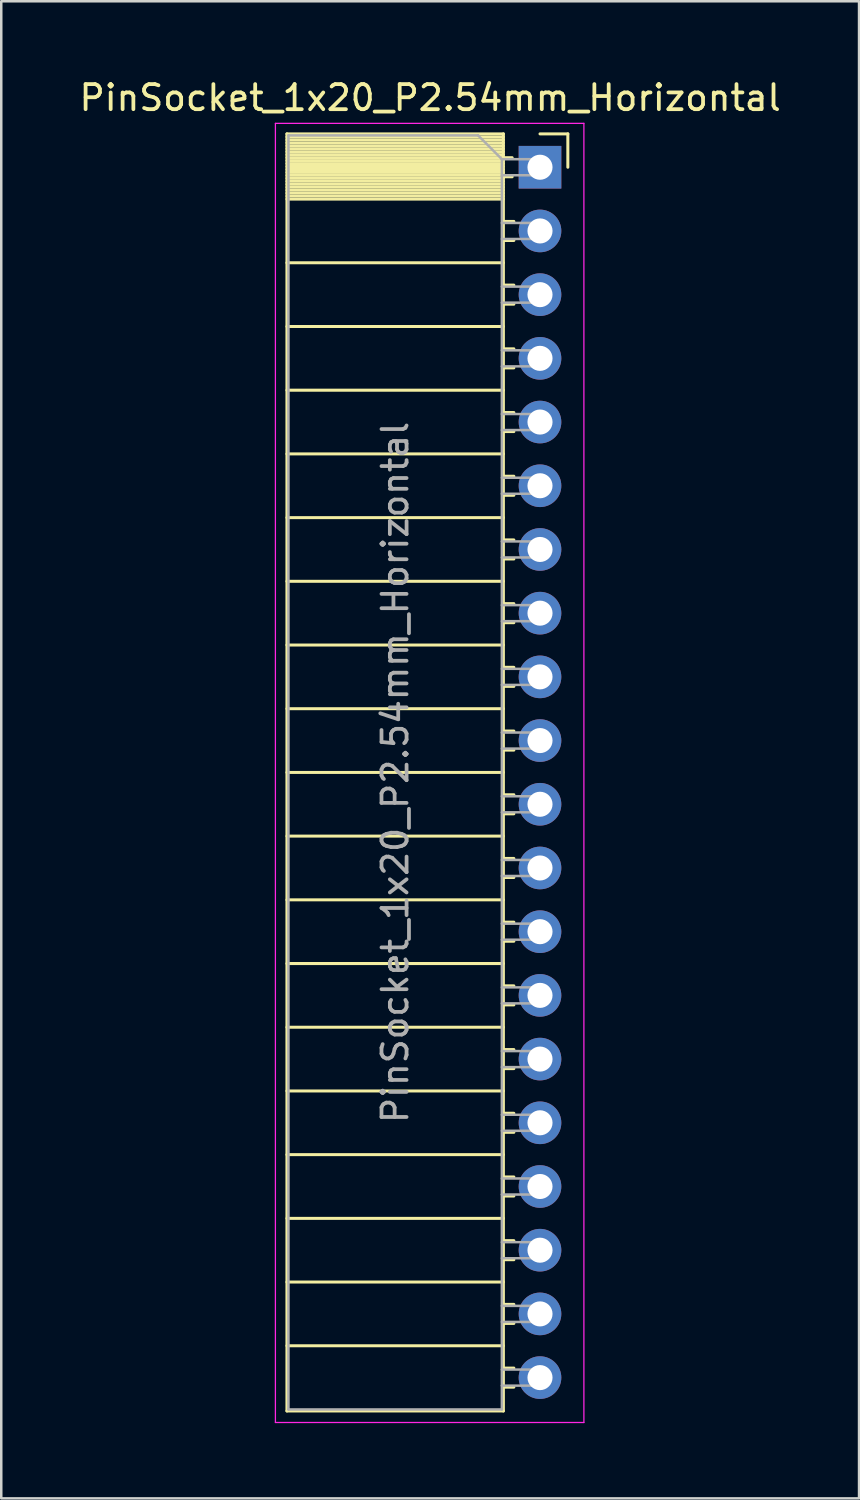
<source format=kicad_pcb>
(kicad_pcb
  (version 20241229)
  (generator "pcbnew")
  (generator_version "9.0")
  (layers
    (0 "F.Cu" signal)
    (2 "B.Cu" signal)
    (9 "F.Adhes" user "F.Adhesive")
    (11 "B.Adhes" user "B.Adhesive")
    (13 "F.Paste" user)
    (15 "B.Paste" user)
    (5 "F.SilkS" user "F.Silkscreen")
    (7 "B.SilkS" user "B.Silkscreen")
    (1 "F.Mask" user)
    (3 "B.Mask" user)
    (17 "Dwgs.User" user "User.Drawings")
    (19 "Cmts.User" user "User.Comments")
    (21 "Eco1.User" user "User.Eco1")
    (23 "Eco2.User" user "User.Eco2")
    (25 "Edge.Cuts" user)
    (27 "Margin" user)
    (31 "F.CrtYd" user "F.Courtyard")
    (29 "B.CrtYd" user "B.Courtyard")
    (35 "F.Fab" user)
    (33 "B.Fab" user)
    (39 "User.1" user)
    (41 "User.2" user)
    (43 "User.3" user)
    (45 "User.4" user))
  (footprint "PinSocket_1x20_P2.54mm_Horizontal"
    (layer "F.Cu")
    (at 18.481 3.618)
    (property "Reference" "PinSocket_1x20_P2.54mm_Horizontal" (at -4.38 -2.77 0) (layer "F.SilkS") (effects (font (size 1 1) (thickness 0.15))))
    (attr through_hole)
    (fp_line (start -10.09 -1.33) (end -10.09 49.59) (stroke (width 0.12) (type solid)) (layer "F.SilkS"))
    (fp_line (start -10.09 -1.33) (end -1.46 -1.33) (stroke (width 0.12) (type solid)) (layer "F.SilkS"))
    (fp_line (start -10.09 -1.21) (end -1.46 -1.21) (stroke (width 0.12) (type solid)) (layer "F.SilkS"))
    (fp_line (start -10.09 -1.092) (end -1.46 -1.092) (stroke (width 0.12) (type solid)) (layer "F.SilkS"))
    (fp_line (start -10.09 -0.974) (end -1.46 -0.974) (stroke (width 0.12) (type solid)) (layer "F.SilkS"))
    (fp_line (start -10.09 -0.856) (end -1.46 -0.856) (stroke (width 0.12) (type solid)) (layer "F.SilkS"))
    (fp_line (start -10.09 -0.738) (end -1.46 -0.738) (stroke (width 0.12) (type solid)) (layer "F.SilkS"))
    (fp_line (start -10.09 -0.62) (end -1.46 -0.62) (stroke (width 0.12) (type solid)) (layer "F.SilkS"))
    (fp_line (start -10.09 -0.501) (end -1.46 -0.501) (stroke (width 0.12) (type solid)) (layer "F.SilkS"))
    (fp_line (start -10.09 -0.383) (end -1.46 -0.383) (stroke (width 0.12) (type solid)) (layer "F.SilkS"))
    (fp_line (start -10.09 -0.265) (end -1.46 -0.265) (stroke (width 0.12) (type solid)) (layer "F.SilkS"))
    (fp_line (start -10.09 -0.147) (end -1.46 -0.147) (stroke (width 0.12) (type solid)) (layer "F.SilkS"))
    (fp_line (start -10.09 -0.029) (end -1.46 -0.029) (stroke (width 0.12) (type solid)) (layer "F.SilkS"))
    (fp_line (start -10.09 0.089) (end -1.46 0.089) (stroke (width 0.12) (type solid)) (layer "F.SilkS"))
    (fp_line (start -10.09 0.207) (end -1.46 0.207) (stroke (width 0.12) (type solid)) (layer "F.SilkS"))
    (fp_line (start -10.09 0.325) (end -1.46 0.325) (stroke (width 0.12) (type solid)) (layer "F.SilkS"))
    (fp_line (start -10.09 0.443) (end -1.46 0.443) (stroke (width 0.12) (type solid)) (layer "F.SilkS"))
    (fp_line (start -10.09 0.561) (end -1.46 0.561) (stroke (width 0.12) (type solid)) (layer "F.SilkS"))
    (fp_line (start -10.09 0.68) (end -1.46 0.68) (stroke (width 0.12) (type solid)) (layer "F.SilkS"))
    (fp_line (start -10.09 0.798) (end -1.46 0.798) (stroke (width 0.12) (type solid)) (layer "F.SilkS"))
    (fp_line (start -10.09 0.916) (end -1.46 0.916) (stroke (width 0.12) (type solid)) (layer "F.SilkS"))
    (fp_line (start -10.09 1.034) (end -1.46 1.034) (stroke (width 0.12) (type solid)) (layer "F.SilkS"))
    (fp_line (start -10.09 1.152) (end -1.46 1.152) (stroke (width 0.12) (type solid)) (layer "F.SilkS"))
    (fp_line (start -10.09 1.27) (end -1.46 1.27) (stroke (width 0.12) (type solid)) (layer "F.SilkS"))
    (fp_line (start -10.09 3.81) (end -1.46 3.81) (stroke (width 0.12) (type solid)) (layer "F.SilkS"))
    (fp_line (start -10.09 6.35) (end -1.46 6.35) (stroke (width 0.12) (type solid)) (layer "F.SilkS"))
    (fp_line (start -10.09 8.89) (end -1.46 8.89) (stroke (width 0.12) (type solid)) (layer "F.SilkS"))
    (fp_line (start -10.09 11.43) (end -1.46 11.43) (stroke (width 0.12) (type solid)) (layer "F.SilkS"))
    (fp_line (start -10.09 13.97) (end -1.46 13.97) (stroke (width 0.12) (type solid)) (layer "F.SilkS"))
    (fp_line (start -10.09 16.51) (end -1.46 16.51) (stroke (width 0.12) (type solid)) (layer "F.SilkS"))
    (fp_line (start -10.09 19.05) (end -1.46 19.05) (stroke (width 0.12) (type solid)) (layer "F.SilkS"))
    (fp_line (start -10.09 21.59) (end -1.46 21.59) (stroke (width 0.12) (type solid)) (layer "F.SilkS"))
    (fp_line (start -10.09 24.13) (end -1.46 24.13) (stroke (width 0.12) (type solid)) (layer "F.SilkS"))
    (fp_line (start -10.09 26.67) (end -1.46 26.67) (stroke (width 0.12) (type solid)) (layer "F.SilkS"))
    (fp_line (start -10.09 29.21) (end -1.46 29.21) (stroke (width 0.12) (type solid)) (layer "F.SilkS"))
    (fp_line (start -10.09 31.75) (end -1.46 31.75) (stroke (width 0.12) (type solid)) (layer "F.SilkS"))
    (fp_line (start -10.09 34.29) (end -1.46 34.29) (stroke (width 0.12) (type solid)) (layer "F.SilkS"))
    (fp_line (start -10.09 36.83) (end -1.46 36.83) (stroke (width 0.12) (type solid)) (layer "F.SilkS"))
    (fp_line (start -10.09 39.37) (end -1.46 39.37) (stroke (width 0.12) (type solid)) (layer "F.SilkS"))
    (fp_line (start -10.09 41.91) (end -1.46 41.91) (stroke (width 0.12) (type solid)) (layer "F.SilkS"))
    (fp_line (start -10.09 44.45) (end -1.46 44.45) (stroke (width 0.12) (type solid)) (layer "F.SilkS"))
    (fp_line (start -10.09 46.99) (end -1.46 46.99) (stroke (width 0.12) (type solid)) (layer "F.SilkS"))
    (fp_line (start -10.09 49.59) (end -1.46 49.59) (stroke (width 0.12) (type solid)) (layer "F.SilkS"))
    (fp_line (start -1.46 -1.33) (end -1.46 49.59) (stroke (width 0.12) (type solid)) (layer "F.SilkS"))
    (fp_line (start -1.46 -0.38) (end -1.11 -0.38) (stroke (width 0.12) (type solid)) (layer "F.SilkS"))
    (fp_line (start -1.46 0.38) (end -1.11 0.38) (stroke (width 0.12) (type solid)) (layer "F.SilkS"))
    (fp_line (start -1.46 2.16) (end -1.043 2.16) (stroke (width 0.12) (type solid)) (layer "F.SilkS"))
    (fp_line (start -1.46 2.92) (end -1.043 2.92) (stroke (width 0.12) (type solid)) (layer "F.SilkS"))
    (fp_line (start -1.46 4.7) (end -1.043 4.7) (stroke (width 0.12) (type solid)) (layer "F.SilkS"))
    (fp_line (start -1.46 5.46) (end -1.043 5.46) (stroke (width 0.12) (type solid)) (layer "F.SilkS"))
    (fp_line (start -1.46 7.24) (end -1.043 7.24) (stroke (width 0.12) (type solid)) (layer "F.SilkS"))
    (fp_line (start -1.46 8) (end -1.043 8) (stroke (width 0.12) (type solid)) (layer "F.SilkS"))
    (fp_line (start -1.46 9.78) (end -1.043 9.78) (stroke (width 0.12) (type solid)) (layer "F.SilkS"))
    (fp_line (start -1.46 10.54) (end -1.043 10.54) (stroke (width 0.12) (type solid)) (layer "F.SilkS"))
    (fp_line (start -1.46 12.32) (end -1.043 12.32) (stroke (width 0.12) (type solid)) (layer "F.SilkS"))
    (fp_line (start -1.46 13.08) (end -1.043 13.08) (stroke (width 0.12) (type solid)) (layer "F.SilkS"))
    (fp_line (start -1.46 14.86) (end -1.043 14.86) (stroke (width 0.12) (type solid)) (layer "F.SilkS"))
    (fp_line (start -1.46 15.62) (end -1.043 15.62) (stroke (width 0.12) (type solid)) (layer "F.SilkS"))
    (fp_line (start -1.46 17.4) (end -1.043 17.4) (stroke (width 0.12) (type solid)) (layer "F.SilkS"))
    (fp_line (start -1.46 18.16) (end -1.043 18.16) (stroke (width 0.12) (type solid)) (layer "F.SilkS"))
    (fp_line (start -1.46 19.94) (end -1.043 19.94) (stroke (width 0.12) (type solid)) (layer "F.SilkS"))
    (fp_line (start -1.46 20.7) (end -1.043 20.7) (stroke (width 0.12) (type solid)) (layer "F.SilkS"))
    (fp_line (start -1.46 22.48) (end -1.043 22.48) (stroke (width 0.12) (type solid)) (layer "F.SilkS"))
    (fp_line (start -1.46 23.24) (end -1.043 23.24) (stroke (width 0.12) (type solid)) (layer "F.SilkS"))
    (fp_line (start -1.46 25.02) (end -1.043 25.02) (stroke (width 0.12) (type solid)) (layer "F.SilkS"))
    (fp_line (start -1.46 25.78) (end -1.043 25.78) (stroke (width 0.12) (type solid)) (layer "F.SilkS"))
    (fp_line (start -1.46 27.56) (end -1.043 27.56) (stroke (width 0.12) (type solid)) (layer "F.SilkS"))
    (fp_line (start -1.46 28.32) (end -1.043 28.32) (stroke (width 0.12) (type solid)) (layer "F.SilkS"))
    (fp_line (start -1.46 30.1) (end -1.043 30.1) (stroke (width 0.12) (type solid)) (layer "F.SilkS"))
    (fp_line (start -1.46 30.86) (end -1.043 30.86) (stroke (width 0.12) (type solid)) (layer "F.SilkS"))
    (fp_line (start -1.46 32.64) (end -1.043 32.64) (stroke (width 0.12) (type solid)) (layer "F.SilkS"))
    (fp_line (start -1.46 33.4) (end -1.043 33.4) (stroke (width 0.12) (type solid)) (layer "F.SilkS"))
    (fp_line (start -1.46 35.18) (end -1.043 35.18) (stroke (width 0.12) (type solid)) (layer "F.SilkS"))
    (fp_line (start -1.46 35.94) (end -1.043 35.94) (stroke (width 0.12) (type solid)) (layer "F.SilkS"))
    (fp_line (start -1.46 37.72) (end -1.043 37.72) (stroke (width 0.12) (type solid)) (layer "F.SilkS"))
    (fp_line (start -1.46 38.48) (end -1.043 38.48) (stroke (width 0.12) (type solid)) (layer "F.SilkS"))
    (fp_line (start -1.46 40.26) (end -1.043 40.26) (stroke (width 0.12) (type solid)) (layer "F.SilkS"))
    (fp_line (start -1.46 41.02) (end -1.043 41.02) (stroke (width 0.12) (type solid)) (layer "F.SilkS"))
    (fp_line (start -1.46 42.8) (end -1.043 42.8) (stroke (width 0.12) (type solid)) (layer "F.SilkS"))
    (fp_line (start -1.46 43.56) (end -1.043 43.56) (stroke (width 0.12) (type solid)) (layer "F.SilkS"))
    (fp_line (start -1.46 45.34) (end -1.043 45.34) (stroke (width 0.12) (type solid)) (layer "F.SilkS"))
    (fp_line (start -1.46 46.1) (end -1.043 46.1) (stroke (width 0.12) (type solid)) (layer "F.SilkS"))
    (fp_line (start -1.46 47.88) (end -1.043 47.88) (stroke (width 0.12) (type solid)) (layer "F.SilkS"))
    (fp_line (start -1.46 48.64) (end -1.043 48.64) (stroke (width 0.12) (type solid)) (layer "F.SilkS"))
    (fp_line (start 0 -1.33) (end 1.11 -1.33) (stroke (width 0.12) (type solid)) (layer "F.SilkS"))
    (fp_line (start 1.11 -1.33) (end 1.11 0) (stroke (width 0.12) (type solid)) (layer "F.SilkS"))
    (fp_line (start -10.55 -1.75) (end -10.55 50.05) (stroke (width 0.05) (type solid)) (layer "F.CrtYd"))
    (fp_line (start -10.55 50.05) (end 1.75 50.05) (stroke (width 0.05) (type solid)) (layer "F.CrtYd"))
    (fp_line (start 1.75 -1.75) (end -10.55 -1.75) (stroke (width 0.05) (type solid)) (layer "F.CrtYd"))
    (fp_line (start 1.75 50.05) (end 1.75 -1.75) (stroke (width 0.05) (type solid)) (layer "F.CrtYd"))
    (fp_line (start -10.03 -1.27) (end -2.47 -1.27) (stroke (width 0.1) (type solid)) (layer "F.Fab"))
    (fp_line (start -10.03 49.53) (end -10.03 -1.27) (stroke (width 0.1) (type solid)) (layer "F.Fab"))
    (fp_line (start -2.47 -1.27) (end -1.52 -0.32) (stroke (width 0.1) (type solid)) (layer "F.Fab"))
    (fp_line (start -1.52 -0.32) (end -1.52 49.53) (stroke (width 0.1) (type solid)) (layer "F.Fab"))
    (fp_line (start -1.52 0.32) (end 0 0.32) (stroke (width 0.1) (type solid)) (layer "F.Fab"))
    (fp_line (start -1.52 2.86) (end 0 2.86) (stroke (width 0.1) (type solid)) (layer "F.Fab"))
    (fp_line (start -1.52 5.4) (end 0 5.4) (stroke (width 0.1) (type solid)) (layer "F.Fab"))
    (fp_line (start -1.52 7.94) (end 0 7.94) (stroke (width 0.1) (type solid)) (layer "F.Fab"))
    (fp_line (start -1.52 10.48) (end 0 10.48) (stroke (width 0.1) (type solid)) (layer "F.Fab"))
    (fp_line (start -1.52 13.02) (end 0 13.02) (stroke (width 0.1) (type solid)) (layer "F.Fab"))
    (fp_line (start -1.52 15.56) (end 0 15.56) (stroke (width 0.1) (type solid)) (layer "F.Fab"))
    (fp_line (start -1.52 18.1) (end 0 18.1) (stroke (width 0.1) (type solid)) (layer "F.Fab"))
    (fp_line (start -1.52 20.64) (end 0 20.64) (stroke (width 0.1) (type solid)) (layer "F.Fab"))
    (fp_line (start -1.52 23.18) (end 0 23.18) (stroke (width 0.1) (type solid)) (layer "F.Fab"))
    (fp_line (start -1.52 25.72) (end 0 25.72) (stroke (width 0.1) (type solid)) (layer "F.Fab"))
    (fp_line (start -1.52 28.26) (end 0 28.26) (stroke (width 0.1) (type solid)) (layer "F.Fab"))
    (fp_line (start -1.52 30.8) (end 0 30.8) (stroke (width 0.1) (type solid)) (layer "F.Fab"))
    (fp_line (start -1.52 33.34) (end 0 33.34) (stroke (width 0.1) (type solid)) (layer "F.Fab"))
    (fp_line (start -1.52 35.88) (end 0 35.88) (stroke (width 0.1) (type solid)) (layer "F.Fab"))
    (fp_line (start -1.52 38.42) (end 0 38.42) (stroke (width 0.1) (type solid)) (layer "F.Fab"))
    (fp_line (start -1.52 40.96) (end 0 40.96) (stroke (width 0.1) (type solid)) (layer "F.Fab"))
    (fp_line (start -1.52 43.5) (end 0 43.5) (stroke (width 0.1) (type solid)) (layer "F.Fab"))
    (fp_line (start -1.52 46.04) (end 0 46.04) (stroke (width 0.1) (type solid)) (layer "F.Fab"))
    (fp_line (start -1.52 48.58) (end 0 48.58) (stroke (width 0.1) (type solid)) (layer "F.Fab"))
    (fp_line (start -1.52 49.53) (end -10.03 49.53) (stroke (width 0.1) (type solid)) (layer "F.Fab"))
    (fp_line (start 0 -0.32) (end -1.52 -0.32) (stroke (width 0.1) (type solid)) (layer "F.Fab"))
    (fp_line (start 0 0.32) (end 0 -0.32) (stroke (width 0.1) (type solid)) (layer "F.Fab"))
    (fp_line (start 0 2.22) (end -1.52 2.22) (stroke (width 0.1) (type solid)) (layer "F.Fab"))
    (fp_line (start 0 2.86) (end 0 2.22) (stroke (width 0.1) (type solid)) (layer "F.Fab"))
    (fp_line (start 0 4.76) (end -1.52 4.76) (stroke (width 0.1) (type solid)) (layer "F.Fab"))
    (fp_line (start 0 5.4) (end 0 4.76) (stroke (width 0.1) (type solid)) (layer "F.Fab"))
    (fp_line (start 0 7.3) (end -1.52 7.3) (stroke (width 0.1) (type solid)) (layer "F.Fab"))
    (fp_line (start 0 7.94) (end 0 7.3) (stroke (width 0.1) (type solid)) (layer "F.Fab"))
    (fp_line (start 0 9.84) (end -1.52 9.84) (stroke (width 0.1) (type solid)) (layer "F.Fab"))
    (fp_line (start 0 10.48) (end 0 9.84) (stroke (width 0.1) (type solid)) (layer "F.Fab"))
    (fp_line (start 0 12.38) (end -1.52 12.38) (stroke (width 0.1) (type solid)) (layer "F.Fab"))
    (fp_line (start 0 13.02) (end 0 12.38) (stroke (width 0.1) (type solid)) (layer "F.Fab"))
    (fp_line (start 0 14.92) (end -1.52 14.92) (stroke (width 0.1) (type solid)) (layer "F.Fab"))
    (fp_line (start 0 15.56) (end 0 14.92) (stroke (width 0.1) (type solid)) (layer "F.Fab"))
    (fp_line (start 0 17.46) (end -1.52 17.46) (stroke (width 0.1) (type solid)) (layer "F.Fab"))
    (fp_line (start 0 18.1) (end 0 17.46) (stroke (width 0.1) (type solid)) (layer "F.Fab"))
    (fp_line (start 0 20) (end -1.52 20) (stroke (width 0.1) (type solid)) (layer "F.Fab"))
    (fp_line (start 0 20.64) (end 0 20) (stroke (width 0.1) (type solid)) (layer "F.Fab"))
    (fp_line (start 0 22.54) (end -1.52 22.54) (stroke (width 0.1) (type solid)) (layer "F.Fab"))
    (fp_line (start 0 23.18) (end 0 22.54) (stroke (width 0.1) (type solid)) (layer "F.Fab"))
    (fp_line (start 0 25.08) (end -1.52 25.08) (stroke (width 0.1) (type solid)) (layer "F.Fab"))
    (fp_line (start 0 25.72) (end 0 25.08) (stroke (width 0.1) (type solid)) (layer "F.Fab"))
    (fp_line (start 0 27.62) (end -1.52 27.62) (stroke (width 0.1) (type solid)) (layer "F.Fab"))
    (fp_line (start 0 28.26) (end 0 27.62) (stroke (width 0.1) (type solid)) (layer "F.Fab"))
    (fp_line (start 0 30.16) (end -1.52 30.16) (stroke (width 0.1) (type solid)) (layer "F.Fab"))
    (fp_line (start 0 30.8) (end 0 30.16) (stroke (width 0.1) (type solid)) (layer "F.Fab"))
    (fp_line (start 0 32.7) (end -1.52 32.7) (stroke (width 0.1) (type solid)) (layer "F.Fab"))
    (fp_line (start 0 33.34) (end 0 32.7) (stroke (width 0.1) (type solid)) (layer "F.Fab"))
    (fp_line (start 0 35.24) (end -1.52 35.24) (stroke (width 0.1) (type solid)) (layer "F.Fab"))
    (fp_line (start 0 35.88) (end 0 35.24) (stroke (width 0.1) (type solid)) (layer "F.Fab"))
    (fp_line (start 0 37.78) (end -1.52 37.78) (stroke (width 0.1) (type solid)) (layer "F.Fab"))
    (fp_line (start 0 38.42) (end 0 37.78) (stroke (width 0.1) (type solid)) (layer "F.Fab"))
    (fp_line (start 0 40.32) (end -1.52 40.32) (stroke (width 0.1) (type solid)) (layer "F.Fab"))
    (fp_line (start 0 40.96) (end 0 40.32) (stroke (width 0.1) (type solid)) (layer "F.Fab"))
    (fp_line (start 0 42.86) (end -1.52 42.86) (stroke (width 0.1) (type solid)) (layer "F.Fab"))
    (fp_line (start 0 43.5) (end 0 42.86) (stroke (width 0.1) (type solid)) (layer "F.Fab"))
    (fp_line (start 0 45.4) (end -1.52 45.4) (stroke (width 0.1) (type solid)) (layer "F.Fab"))
    (fp_line (start 0 46.04) (end 0 45.4) (stroke (width 0.1) (type solid)) (layer "F.Fab"))
    (fp_line (start 0 47.94) (end -1.52 47.94) (stroke (width 0.1) (type solid)) (layer "F.Fab"))
    (fp_line (start 0 48.58) (end 0 47.94) (stroke (width 0.1) (type solid)) (layer "F.Fab"))
    (fp_text user "${REFERENCE}" (at -5.775 24.13 90) (layer "F.Fab") (effects (font (size 1 1) (thickness 0.15))))
    (pad "1" thru_hole rect (at 0 0) (size 1.7 1.7) (drill 1) (layers "*.Cu" "*.Mask"))
    (pad "2" thru_hole oval (at 0 2.54) (size 1.7 1.7) (drill 1) (layers "*.Cu" "*.Mask"))
    (pad "3" thru_hole oval (at 0 5.08) (size 1.7 1.7) (drill 1) (layers "*.Cu" "*.Mask"))
    (pad "4" thru_hole oval (at 0 7.62) (size 1.7 1.7) (drill 1) (layers "*.Cu" "*.Mask"))
    (pad "5" thru_hole oval (at 0 10.16) (size 1.7 1.7) (drill 1) (layers "*.Cu" "*.Mask"))
    (pad "6" thru_hole oval (at 0 12.7) (size 1.7 1.7) (drill 1) (layers "*.Cu" "*.Mask"))
    (pad "7" thru_hole oval (at 0 15.24) (size 1.7 1.7) (drill 1) (layers "*.Cu" "*.Mask"))
    (pad "8" thru_hole oval (at 0 17.78) (size 1.7 1.7) (drill 1) (layers "*.Cu" "*.Mask"))
    (pad "9" thru_hole oval (at 0 20.32) (size 1.7 1.7) (drill 1) (layers "*.Cu" "*.Mask"))
    (pad "10" thru_hole oval (at 0 22.86) (size 1.7 1.7) (drill 1) (layers "*.Cu" "*.Mask"))
    (pad "11" thru_hole oval (at 0 25.4) (size 1.7 1.7) (drill 1) (layers "*.Cu" "*.Mask"))
    (pad "12" thru_hole oval (at 0 27.94) (size 1.7 1.7) (drill 1) (layers "*.Cu" "*.Mask"))
    (pad "13" thru_hole oval (at 0 30.48) (size 1.7 1.7) (drill 1) (layers "*.Cu" "*.Mask"))
    (pad "14" thru_hole oval (at 0 33.02) (size 1.7 1.7) (drill 1) (layers "*.Cu" "*.Mask"))
    (pad "15" thru_hole oval (at 0 35.56) (size 1.7 1.7) (drill 1) (layers "*.Cu" "*.Mask"))
    (pad "16" thru_hole oval (at 0 38.1) (size 1.7 1.7) (drill 1) (layers "*.Cu" "*.Mask"))
    (pad "17" thru_hole oval (at 0 40.64) (size 1.7 1.7) (drill 1) (layers "*.Cu" "*.Mask"))
    (pad "18" thru_hole oval (at 0 43.18) (size 1.7 1.7) (drill 1) (layers "*.Cu" "*.Mask"))
    (pad "19" thru_hole oval (at 0 45.72) (size 1.7 1.7) (drill 1) (layers "*.Cu" "*.Mask"))
    (pad "20" thru_hole oval (at 0 48.26) (size 1.7 1.7) (drill 1) (layers "*.Cu" "*.Mask")))
  (gr_rect
    (start -3 -3)
    (end 31.202 56.693)
    (stroke (width 0.1) (type default))
    (fill no)
    (layer "Edge.Cuts")))
</source>
